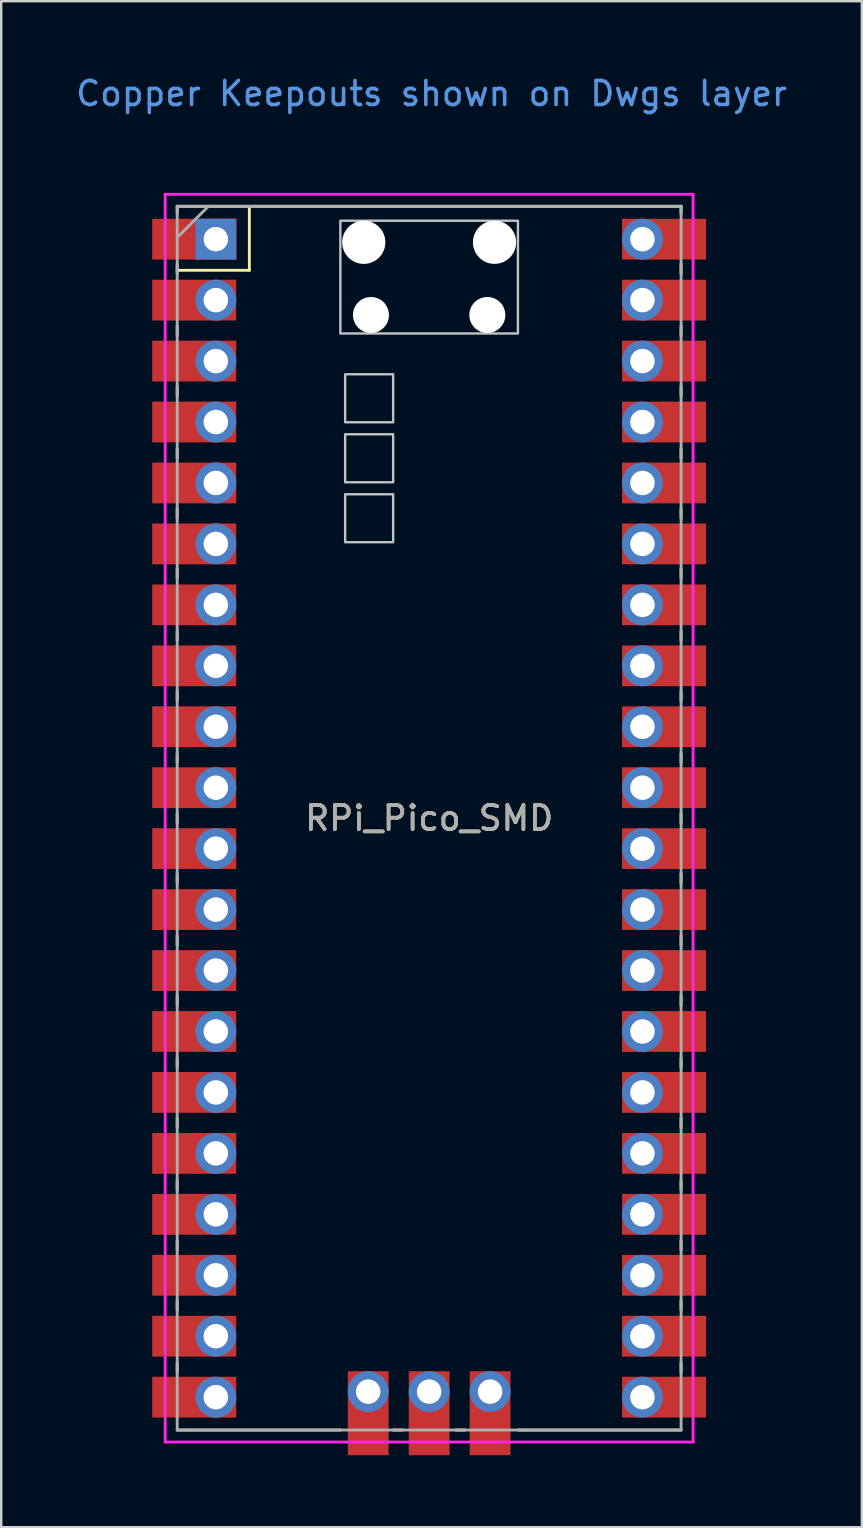
<source format=kicad_pcb>
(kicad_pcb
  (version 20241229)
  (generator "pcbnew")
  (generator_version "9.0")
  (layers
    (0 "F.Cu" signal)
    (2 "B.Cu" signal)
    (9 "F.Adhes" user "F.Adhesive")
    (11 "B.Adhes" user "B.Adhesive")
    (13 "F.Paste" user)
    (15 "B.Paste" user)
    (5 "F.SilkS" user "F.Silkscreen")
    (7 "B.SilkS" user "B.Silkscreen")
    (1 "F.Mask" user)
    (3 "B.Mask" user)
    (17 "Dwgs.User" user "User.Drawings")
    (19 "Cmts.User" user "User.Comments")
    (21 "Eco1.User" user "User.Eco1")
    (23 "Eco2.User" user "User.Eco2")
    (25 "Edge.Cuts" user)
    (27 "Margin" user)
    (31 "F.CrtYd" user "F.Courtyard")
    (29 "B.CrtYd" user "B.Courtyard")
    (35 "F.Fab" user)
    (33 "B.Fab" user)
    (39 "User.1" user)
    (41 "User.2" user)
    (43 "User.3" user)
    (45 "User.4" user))
  (footprint "RPi_Pico_SMD"
    (layer "F.Cu")
    (at 14.835 31.048)
    (property "Reference" "RPi_Pico_SMD" (at 0 0 0) (layer "F.SilkS") (effects (font (size 1 1) (thickness 0.15))))
    (attr through_hole)
    (fp_line (start -10.5 -25.5) (end -10.5 -25.2) (stroke (width 0.12) (type solid)) (layer "F.SilkS"))
    (fp_line (start -10.5 -25.5) (end 10.5 -25.5) (stroke (width 0.12) (type solid)) (layer "F.SilkS"))
    (fp_line (start -10.5 -23.1) (end -10.5 -22.7) (stroke (width 0.12) (type solid)) (layer "F.SilkS"))
    (fp_line (start -10.5 -22.833) (end -7.493 -22.833) (stroke (width 0.12) (type solid)) (layer "F.SilkS"))
    (fp_line (start -10.5 -20.5) (end -10.5 -20.1) (stroke (width 0.12) (type solid)) (layer "F.SilkS"))
    (fp_line (start -10.5 -18) (end -10.5 -17.6) (stroke (width 0.12) (type solid)) (layer "F.SilkS"))
    (fp_line (start -10.5 -15.4) (end -10.5 -15) (stroke (width 0.12) (type solid)) (layer "F.SilkS"))
    (fp_line (start -10.5 -12.9) (end -10.5 -12.5) (stroke (width 0.12) (type solid)) (layer "F.SilkS"))
    (fp_line (start -10.5 -10.4) (end -10.5 -10) (stroke (width 0.12) (type solid)) (layer "F.SilkS"))
    (fp_line (start -10.5 -7.8) (end -10.5 -7.4) (stroke (width 0.12) (type solid)) (layer "F.SilkS"))
    (fp_line (start -10.5 -5.3) (end -10.5 -4.9) (stroke (width 0.12) (type solid)) (layer "F.SilkS"))
    (fp_line (start -10.5 -2.7) (end -10.5 -2.3) (stroke (width 0.12) (type solid)) (layer "F.SilkS"))
    (fp_line (start -10.5 -0.2) (end -10.5 0.2) (stroke (width 0.12) (type solid)) (layer "F.SilkS"))
    (fp_line (start -10.5 2.3) (end -10.5 2.7) (stroke (width 0.12) (type solid)) (layer "F.SilkS"))
    (fp_line (start -10.5 4.9) (end -10.5 5.3) (stroke (width 0.12) (type solid)) (layer "F.SilkS"))
    (fp_line (start -10.5 7.4) (end -10.5 7.8) (stroke (width 0.12) (type solid)) (layer "F.SilkS"))
    (fp_line (start -10.5 10) (end -10.5 10.4) (stroke (width 0.12) (type solid)) (layer "F.SilkS"))
    (fp_line (start -10.5 12.5) (end -10.5 12.9) (stroke (width 0.12) (type solid)) (layer "F.SilkS"))
    (fp_line (start -10.5 15.1) (end -10.5 15.5) (stroke (width 0.12) (type solid)) (layer "F.SilkS"))
    (fp_line (start -10.5 17.6) (end -10.5 18) (stroke (width 0.12) (type solid)) (layer "F.SilkS"))
    (fp_line (start -10.5 20.1) (end -10.5 20.5) (stroke (width 0.12) (type solid)) (layer "F.SilkS"))
    (fp_line (start -10.5 22.7) (end -10.5 23.1) (stroke (width 0.12) (type solid)) (layer "F.SilkS"))
    (fp_line (start -7.493 -22.833) (end -7.493 -25.5) (stroke (width 0.12) (type solid)) (layer "F.SilkS"))
    (fp_line (start -3.7 25.5) (end -10.5 25.5) (stroke (width 0.12) (type solid)) (layer "F.SilkS"))
    (fp_line (start -1.5 25.5) (end -1.1 25.5) (stroke (width 0.12) (type solid)) (layer "F.SilkS"))
    (fp_line (start 1.1 25.5) (end 1.5 25.5) (stroke (width 0.12) (type solid)) (layer "F.SilkS"))
    (fp_line (start 10.5 -25.5) (end 10.5 -25.2) (stroke (width 0.12) (type solid)) (layer "F.SilkS"))
    (fp_line (start 10.5 -23.1) (end 10.5 -22.7) (stroke (width 0.12) (type solid)) (layer "F.SilkS"))
    (fp_line (start 10.5 -20.5) (end 10.5 -20.1) (stroke (width 0.12) (type solid)) (layer "F.SilkS"))
    (fp_line (start 10.5 -18) (end 10.5 -17.6) (stroke (width 0.12) (type solid)) (layer "F.SilkS"))
    (fp_line (start 10.5 -15.4) (end 10.5 -15) (stroke (width 0.12) (type solid)) (layer "F.SilkS"))
    (fp_line (start 10.5 -12.9) (end 10.5 -12.5) (stroke (width 0.12) (type solid)) (layer "F.SilkS"))
    (fp_line (start 10.5 -10.4) (end 10.5 -10) (stroke (width 0.12) (type solid)) (layer "F.SilkS"))
    (fp_line (start 10.5 -7.8) (end 10.5 -7.4) (stroke (width 0.12) (type solid)) (layer "F.SilkS"))
    (fp_line (start 10.5 -5.3) (end 10.5 -4.9) (stroke (width 0.12) (type solid)) (layer "F.SilkS"))
    (fp_line (start 10.5 -2.7) (end 10.5 -2.3) (stroke (width 0.12) (type solid)) (layer "F.SilkS"))
    (fp_line (start 10.5 -0.2) (end 10.5 0.2) (stroke (width 0.12) (type solid)) (layer "F.SilkS"))
    (fp_line (start 10.5 2.3) (end 10.5 2.7) (stroke (width 0.12) (type solid)) (layer "F.SilkS"))
    (fp_line (start 10.5 4.9) (end 10.5 5.3) (stroke (width 0.12) (type solid)) (layer "F.SilkS"))
    (fp_line (start 10.5 7.4) (end 10.5 7.8) (stroke (width 0.12) (type solid)) (layer "F.SilkS"))
    (fp_line (start 10.5 10) (end 10.5 10.4) (stroke (width 0.12) (type solid)) (layer "F.SilkS"))
    (fp_line (start 10.5 12.5) (end 10.5 12.9) (stroke (width 0.12) (type solid)) (layer "F.SilkS"))
    (fp_line (start 10.5 15.1) (end 10.5 15.5) (stroke (width 0.12) (type solid)) (layer "F.SilkS"))
    (fp_line (start 10.5 17.6) (end 10.5 18) (stroke (width 0.12) (type solid)) (layer "F.SilkS"))
    (fp_line (start 10.5 20.1) (end 10.5 20.5) (stroke (width 0.12) (type solid)) (layer "F.SilkS"))
    (fp_line (start 10.5 22.7) (end 10.5 23.1) (stroke (width 0.12) (type solid)) (layer "F.SilkS"))
    (fp_line (start 10.5 25.5) (end 3.7 25.5) (stroke (width 0.12) (type solid)) (layer "F.SilkS"))
    (fp_poly (pts (xy -1.5 -16.5) (xy -3.5 -16.5) (xy -3.5 -18.5) (xy -1.5 -18.5)) (stroke (width 0.1) (type solid)) (fill no) (layer "Dwgs.User"))
    (fp_poly (pts (xy -1.5 -14) (xy -3.5 -14) (xy -3.5 -16) (xy -1.5 -16)) (stroke (width 0.1) (type solid)) (fill no) (layer "Dwgs.User"))
    (fp_poly (pts (xy -1.5 -11.5) (xy -3.5 -11.5) (xy -3.5 -13.5) (xy -1.5 -13.5)) (stroke (width 0.1) (type solid)) (fill no) (layer "Dwgs.User"))
    (fp_poly (pts (xy 3.7 -20.2) (xy -3.7 -20.2) (xy -3.7 -24.9) (xy 3.7 -24.9)) (stroke (width 0.1) (type solid)) (fill no) (layer "Dwgs.User"))
    (fp_line (start -11 -26) (end 11 -26) (stroke (width 0.12) (type solid)) (layer "F.CrtYd"))
    (fp_line (start -11 26) (end -11 -26) (stroke (width 0.12) (type solid)) (layer "F.CrtYd"))
    (fp_line (start 11 -26) (end 11 26) (stroke (width 0.12) (type solid)) (layer "F.CrtYd"))
    (fp_line (start 11 26) (end -11 26) (stroke (width 0.12) (type solid)) (layer "F.CrtYd"))
    (fp_line (start -10.5 -25.5) (end 10.5 -25.5) (stroke (width 0.12) (type solid)) (layer "F.Fab"))
    (fp_line (start -10.5 -24.2) (end -9.2 -25.5) (stroke (width 0.12) (type solid)) (layer "F.Fab"))
    (fp_line (start -10.5 25.5) (end -10.5 -25.5) (stroke (width 0.12) (type solid)) (layer "F.Fab"))
    (fp_line (start 10.5 -25.5) (end 10.5 25.5) (stroke (width 0.12) (type solid)) (layer "F.Fab"))
    (fp_line (start 10.5 25.5) (end -10.5 25.5) (stroke (width 0.12) (type solid)) (layer "F.Fab"))
    (fp_text user "Copper Keepouts shown on Dwgs layer" (at 0.1 -30.2 0) (layer "Cmts.User") (effects (font (size 1 1) (thickness 0.15))))
    (fp_text user "${REFERENCE}" (at 0 0 180) (layer "F.Fab") (effects (font (size 1 1) (thickness 0.15))))
    (pad "" np_thru_hole oval (at -2.725 -24) (size 1.8 1.8) (drill 1.8) (layers "*.Cu" "*.Mask"))
    (pad "" np_thru_hole oval (at -2.425 -20.97) (size 1.5 1.5) (drill 1.5) (layers "*.Cu" "*.Mask"))
    (pad "" np_thru_hole oval (at 2.425 -20.97) (size 1.5 1.5) (drill 1.5) (layers "*.Cu" "*.Mask"))
    (pad "" np_thru_hole oval (at 2.725 -24) (size 1.8 1.8) (drill 1.8) (layers "*.Cu" "*.Mask"))
    (pad "1" thru_hole rect (at -8.89 -24.13) (size 1.7 1.7) (drill 1.02) (layers "*.Cu" "*.Mask"))
    (pad "1" smd rect (at -8.89 -24.13) (size 3.5 1.7) (drill (offset -0.9 0)) (layers "F.Cu" "F.Mask"))
    (pad "2" thru_hole oval (at -8.89 -21.59) (size 1.7 1.7) (drill 1.02) (layers "*.Cu" "*.Mask"))
    (pad "2" smd rect (at -8.89 -21.59) (size 3.5 1.7) (drill (offset -0.9 0)) (layers "F.Cu" "F.Mask"))
    (pad "3" thru_hole oval (at -8.89 -19.05) (size 1.7 1.7) (drill 1.02) (layers "*.Cu" "*.Mask"))
    (pad "3" smd rect (at -8.89 -19.05) (size 3.5 1.7) (drill (offset -0.9 0)) (layers "F.Cu" "F.Mask"))
    (pad "4" thru_hole oval (at -8.89 -16.51) (size 1.7 1.7) (drill 1.02) (layers "*.Cu" "*.Mask"))
    (pad "4" smd rect (at -8.89 -16.51) (size 3.5 1.7) (drill (offset -0.9 0)) (layers "F.Cu" "F.Mask"))
    (pad "5" thru_hole oval (at -8.89 -13.97) (size 1.7 1.7) (drill 1.02) (layers "*.Cu" "*.Mask"))
    (pad "5" smd rect (at -8.89 -13.97) (size 3.5 1.7) (drill (offset -0.9 0)) (layers "F.Cu" "F.Mask"))
    (pad "6" thru_hole oval (at -8.89 -11.43) (size 1.7 1.7) (drill 1.02) (layers "*.Cu" "*.Mask"))
    (pad "6" smd rect (at -8.89 -11.43) (size 3.5 1.7) (drill (offset -0.9 0)) (layers "F.Cu" "F.Mask"))
    (pad "7" thru_hole oval (at -8.89 -8.89) (size 1.7 1.7) (drill 1.02) (layers "*.Cu" "*.Mask"))
    (pad "7" smd rect (at -8.89 -8.89) (size 3.5 1.7) (drill (offset -0.9 0)) (layers "F.Cu" "F.Mask"))
    (pad "8" thru_hole oval (at -8.89 -6.35) (size 1.7 1.7) (drill 1.02) (layers "*.Cu" "*.Mask"))
    (pad "8" smd rect (at -8.89 -6.35) (size 3.5 1.7) (drill (offset -0.9 0)) (layers "F.Cu" "F.Mask"))
    (pad "9" thru_hole oval (at -8.89 -3.81) (size 1.7 1.7) (drill 1.02) (layers "*.Cu" "*.Mask"))
    (pad "9" smd rect (at -8.89 -3.81) (size 3.5 1.7) (drill (offset -0.9 0)) (layers "F.Cu" "F.Mask"))
    (pad "10" thru_hole oval (at -8.89 -1.27) (size 1.7 1.7) (drill 1.02) (layers "*.Cu" "*.Mask"))
    (pad "10" smd rect (at -8.89 -1.27) (size 3.5 1.7) (drill (offset -0.9 0)) (layers "F.Cu" "F.Mask"))
    (pad "11" thru_hole oval (at -8.89 1.27) (size 1.7 1.7) (drill 1.02) (layers "*.Cu" "*.Mask"))
    (pad "11" smd rect (at -8.89 1.27) (size 3.5 1.7) (drill (offset -0.9 0)) (layers "F.Cu" "F.Mask"))
    (pad "12" thru_hole oval (at -8.89 3.81) (size 1.7 1.7) (drill 1.02) (layers "*.Cu" "*.Mask"))
    (pad "12" smd rect (at -8.89 3.81) (size 3.5 1.7) (drill (offset -0.9 0)) (layers "F.Cu" "F.Mask"))
    (pad "13" thru_hole oval (at -8.89 6.35) (size 1.7 1.7) (drill 1.02) (layers "*.Cu" "*.Mask"))
    (pad "13" smd rect (at -8.89 6.35) (size 3.5 1.7) (drill (offset -0.9 0)) (layers "F.Cu" "F.Mask"))
    (pad "14" thru_hole oval (at -8.89 8.89) (size 1.7 1.7) (drill 1.02) (layers "*.Cu" "*.Mask"))
    (pad "14" smd rect (at -8.89 8.89) (size 3.5 1.7) (drill (offset -0.9 0)) (layers "F.Cu" "F.Mask"))
    (pad "15" thru_hole oval (at -8.89 11.43) (size 1.7 1.7) (drill 1.02) (layers "*.Cu" "*.Mask"))
    (pad "15" smd rect (at -8.89 11.43) (size 3.5 1.7) (drill (offset -0.9 0)) (layers "F.Cu" "F.Mask"))
    (pad "16" thru_hole oval (at -8.89 13.97) (size 1.7 1.7) (drill 1.02) (layers "*.Cu" "*.Mask"))
    (pad "16" smd rect (at -8.89 13.97) (size 3.5 1.7) (drill (offset -0.9 0)) (layers "F.Cu" "F.Mask"))
    (pad "17" thru_hole oval (at -8.89 16.51) (size 1.7 1.7) (drill 1.02) (layers "*.Cu" "*.Mask"))
    (pad "17" smd rect (at -8.89 16.51) (size 3.5 1.7) (drill (offset -0.9 0)) (layers "F.Cu" "F.Mask"))
    (pad "18" thru_hole oval (at -8.89 19.05) (size 1.7 1.7) (drill 1.02) (layers "*.Cu" "*.Mask"))
    (pad "18" smd rect (at -8.89 19.05) (size 3.5 1.7) (drill (offset -0.9 0)) (layers "F.Cu" "F.Mask"))
    (pad "19" thru_hole oval (at -8.89 21.59) (size 1.7 1.7) (drill 1.02) (layers "*.Cu" "*.Mask"))
    (pad "19" smd rect (at -8.89 21.59) (size 3.5 1.7) (drill (offset -0.9 0)) (layers "F.Cu" "F.Mask"))
    (pad "20" thru_hole oval (at -8.89 24.13) (size 1.7 1.7) (drill 1.02) (layers "*.Cu" "*.Mask"))
    (pad "20" smd rect (at -8.89 24.13) (size 3.5 1.7) (drill (offset -0.9 0)) (layers "F.Cu" "F.Mask"))
    (pad "21" thru_hole oval (at 8.89 24.13) (size 1.7 1.7) (drill 1.02) (layers "*.Cu" "*.Mask"))
    (pad "21" smd rect (at 8.89 24.13) (size 3.5 1.7) (drill (offset 0.9 0)) (layers "F.Cu" "F.Mask"))
    (pad "22" thru_hole oval (at 8.89 21.59) (size 1.7 1.7) (drill 1.02) (layers "*.Cu" "*.Mask"))
    (pad "22" smd rect (at 8.89 21.59) (size 3.5 1.7) (drill (offset 0.9 0)) (layers "F.Cu" "F.Mask"))
    (pad "23" thru_hole oval (at 8.89 19.05) (size 1.7 1.7) (drill 1.02) (layers "*.Cu" "*.Mask"))
    (pad "23" smd rect (at 8.89 19.05) (size 3.5 1.7) (drill (offset 0.9 0)) (layers "F.Cu" "F.Mask"))
    (pad "24" thru_hole oval (at 8.89 16.51) (size 1.7 1.7) (drill 1.02) (layers "*.Cu" "*.Mask"))
    (pad "24" smd rect (at 8.89 16.51) (size 3.5 1.7) (drill (offset 0.9 0)) (layers "F.Cu" "F.Mask"))
    (pad "25" thru_hole oval (at 8.89 13.97) (size 1.7 1.7) (drill 1.02) (layers "*.Cu" "*.Mask"))
    (pad "25" smd rect (at 8.89 13.97) (size 3.5 1.7) (drill (offset 0.9 0)) (layers "F.Cu" "F.Mask"))
    (pad "26" thru_hole oval (at 8.89 11.43) (size 1.7 1.7) (drill 1.02) (layers "*.Cu" "*.Mask"))
    (pad "26" smd rect (at 8.89 11.43) (size 3.5 1.7) (drill (offset 0.9 0)) (layers "F.Cu" "F.Mask"))
    (pad "27" thru_hole oval (at 8.89 8.89) (size 1.7 1.7) (drill 1.02) (layers "*.Cu" "*.Mask"))
    (pad "27" smd rect (at 8.89 8.89) (size 3.5 1.7) (drill (offset 0.9 0)) (layers "F.Cu" "F.Mask"))
    (pad "28" thru_hole oval (at 8.89 6.35) (size 1.7 1.7) (drill 1.02) (layers "*.Cu" "*.Mask"))
    (pad "28" smd rect (at 8.89 6.35) (size 3.5 1.7) (drill (offset 0.9 0)) (layers "F.Cu" "F.Mask"))
    (pad "29" thru_hole oval (at 8.89 3.81) (size 1.7 1.7) (drill 1.02) (layers "*.Cu" "*.Mask"))
    (pad "29" smd rect (at 8.89 3.81) (size 3.5 1.7) (drill (offset 0.9 0)) (layers "F.Cu" "F.Mask"))
    (pad "30" thru_hole oval (at 8.89 1.27) (size 1.7 1.7) (drill 1.02) (layers "*.Cu" "*.Mask"))
    (pad "30" smd rect (at 8.89 1.27) (size 3.5 1.7) (drill (offset 0.9 0)) (layers "F.Cu" "F.Mask"))
    (pad "31" thru_hole oval (at 8.89 -1.27) (size 1.7 1.7) (drill 1.02) (layers "*.Cu" "*.Mask"))
    (pad "31" smd rect (at 8.89 -1.27) (size 3.5 1.7) (drill (offset 0.9 0)) (layers "F.Cu" "F.Mask"))
    (pad "32" thru_hole oval (at 8.89 -3.81) (size 1.7 1.7) (drill 1.02) (layers "*.Cu" "*.Mask"))
    (pad "32" smd rect (at 8.89 -3.81) (size 3.5 1.7) (drill (offset 0.9 0)) (layers "F.Cu" "F.Mask"))
    (pad "33" thru_hole oval (at 8.89 -6.35) (size 1.7 1.7) (drill 1.02) (layers "*.Cu" "*.Mask"))
    (pad "33" smd rect (at 8.89 -6.35) (size 3.5 1.7) (drill (offset 0.9 0)) (layers "F.Cu" "F.Mask"))
    (pad "34" thru_hole oval (at 8.89 -8.89) (size 1.7 1.7) (drill 1.02) (layers "*.Cu" "*.Mask"))
    (pad "34" smd rect (at 8.89 -8.89) (size 3.5 1.7) (drill (offset 0.9 0)) (layers "F.Cu" "F.Mask"))
    (pad "35" thru_hole oval (at 8.89 -11.43) (size 1.7 1.7) (drill 1.02) (layers "*.Cu" "*.Mask"))
    (pad "35" smd rect (at 8.89 -11.43) (size 3.5 1.7) (drill (offset 0.9 0)) (layers "F.Cu" "F.Mask"))
    (pad "36" thru_hole oval (at 8.89 -13.97) (size 1.7 1.7) (drill 1.02) (layers "*.Cu" "*.Mask"))
    (pad "36" smd rect (at 8.89 -13.97) (size 3.5 1.7) (drill (offset 0.9 0)) (layers "F.Cu" "F.Mask"))
    (pad "37" thru_hole oval (at 8.89 -16.51) (size 1.7 1.7) (drill 1.02) (layers "*.Cu" "*.Mask"))
    (pad "37" smd rect (at 8.89 -16.51) (size 3.5 1.7) (drill (offset 0.9 0)) (layers "F.Cu" "F.Mask"))
    (pad "38" thru_hole oval (at 8.89 -19.05) (size 1.7 1.7) (drill 1.02) (layers "*.Cu" "*.Mask"))
    (pad "38" smd rect (at 8.89 -19.05) (size 3.5 1.7) (drill (offset 0.9 0)) (layers "F.Cu" "F.Mask"))
    (pad "39" thru_hole oval (at 8.89 -21.59) (size 1.7 1.7) (drill 1.02) (layers "*.Cu" "*.Mask"))
    (pad "39" smd rect (at 8.89 -21.59) (size 3.5 1.7) (drill (offset 0.9 0)) (layers "F.Cu" "F.Mask"))
    (pad "40" thru_hole oval (at 8.89 -24.13) (size 1.7 1.7) (drill 1.02) (layers "*.Cu" "*.Mask"))
    (pad "40" smd rect (at 8.89 -24.13) (size 3.5 1.7) (drill (offset 0.9 0)) (layers "F.Cu" "F.Mask"))
    (pad "41" thru_hole oval (at -2.54 23.9) (size 1.7 1.7) (drill 1.02) (layers "*.Cu" "*.Mask"))
    (pad "41" smd rect (at -2.54 23.9 90) (size 3.5 1.7) (drill (offset -0.9 0)) (layers "F.Cu" "F.Mask"))
    (pad "42" thru_hole oval (at 0 23.9) (size 1.7 1.7) (drill 1.02) (layers "*.Cu" "*.Mask"))
    (pad "42" smd rect (at 0 23.9 90) (size 3.5 1.7) (drill (offset -0.9 0)) (layers "F.Cu" "F.Mask"))
    (pad "43" thru_hole oval (at 2.54 23.9) (size 1.7 1.7) (drill 1.02) (layers "*.Cu" "*.Mask"))
    (pad "43" smd rect (at 2.54 23.9 90) (size 3.5 1.7) (drill (offset -0.9 0)) (layers "F.Cu" "F.Mask")))
  (gr_rect
    (start -3 -3)
    (end 32.869 60.598)
    (stroke (width 0.1) (type default))
    (fill no)
    (layer "Edge.Cuts")))
</source>
